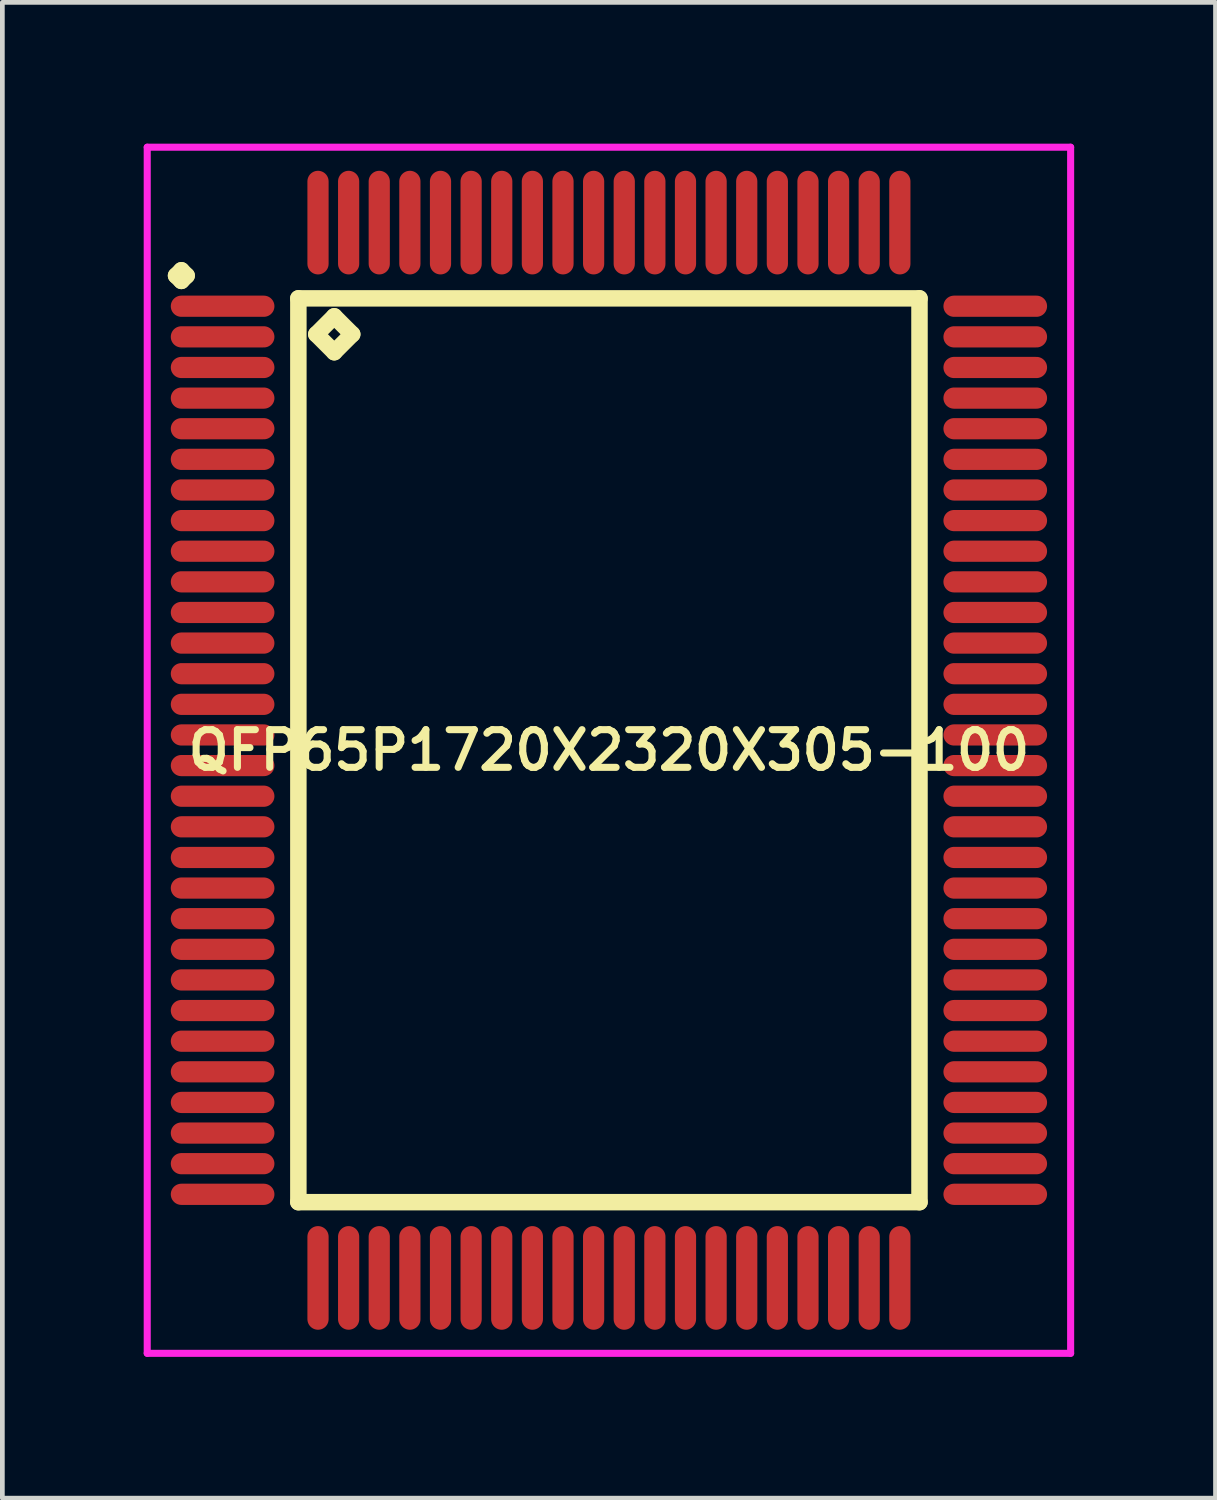
<source format=kicad_pcb>
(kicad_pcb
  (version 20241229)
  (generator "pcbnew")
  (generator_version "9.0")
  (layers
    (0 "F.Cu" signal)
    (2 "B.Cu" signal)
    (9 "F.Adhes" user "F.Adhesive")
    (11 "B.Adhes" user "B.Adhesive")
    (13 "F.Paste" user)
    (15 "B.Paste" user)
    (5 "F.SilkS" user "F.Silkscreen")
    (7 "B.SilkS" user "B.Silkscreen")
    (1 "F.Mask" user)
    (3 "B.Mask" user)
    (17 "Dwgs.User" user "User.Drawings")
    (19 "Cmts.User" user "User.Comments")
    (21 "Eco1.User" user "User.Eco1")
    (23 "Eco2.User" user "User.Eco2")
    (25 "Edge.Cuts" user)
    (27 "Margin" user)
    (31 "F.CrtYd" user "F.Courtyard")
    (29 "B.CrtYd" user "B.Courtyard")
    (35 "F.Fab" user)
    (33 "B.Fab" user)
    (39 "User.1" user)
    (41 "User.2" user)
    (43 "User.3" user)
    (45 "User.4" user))
  (footprint "QFP65P1720X2320X305-100"
    (layer "F.Cu")
    (at 9.875 12.875)
    (property "Reference" "QFP65P1720X2320X305-100" (at 0 0 0) (layer "F.SilkS") (effects (font (size 0.8 0.8) (thickness 0.15))))
    (attr smd)
    (fp_line (start -9.188 -10.075) (end -9.075 -10.188) (stroke (width 0.35) (type solid)) (layer "F.SilkS"))
    (fp_line (start -9.075 -10.188) (end -8.963 -10.075) (stroke (width 0.35) (type solid)) (layer "F.SilkS"))
    (fp_line (start -9.075 -9.963) (end -9.188 -10.075) (stroke (width 0.35) (type solid)) (layer "F.SilkS"))
    (fp_line (start -8.963 -10.075) (end -9.075 -9.963) (stroke (width 0.35) (type solid)) (layer "F.SilkS"))
    (fp_line (start -6.592 -9.592) (end -6.592 9.592) (stroke (width 0.35) (type solid)) (layer "F.SilkS"))
    (fp_line (start -6.592 9.592) (end 6.592 9.592) (stroke (width 0.35) (type solid)) (layer "F.SilkS"))
    (fp_line (start -6.211 -8.83) (end -5.83 -9.211) (stroke (width 0.35) (type solid)) (layer "F.SilkS"))
    (fp_line (start -5.83 -9.211) (end -5.449 -8.83) (stroke (width 0.35) (type solid)) (layer "F.SilkS"))
    (fp_line (start -5.83 -8.449) (end -6.211 -8.83) (stroke (width 0.35) (type solid)) (layer "F.SilkS"))
    (fp_line (start -5.449 -8.83) (end -5.83 -8.449) (stroke (width 0.35) (type solid)) (layer "F.SilkS"))
    (fp_line (start 6.592 -9.592) (end -6.592 -9.592) (stroke (width 0.35) (type solid)) (layer "F.SilkS"))
    (fp_line (start 6.592 9.592) (end 6.592 -9.592) (stroke (width 0.35) (type solid)) (layer "F.SilkS"))
    (fp_line (start -9.8 -12.8) (end 9.8 -12.8) (stroke (width 0.15) (type solid)) (layer "F.CrtYd"))
    (fp_line (start -9.8 12.8) (end -9.8 -12.8) (stroke (width 0.15) (type solid)) (layer "F.CrtYd"))
    (fp_line (start 9.8 -12.8) (end 9.8 12.8) (stroke (width 0.15) (type solid)) (layer "F.CrtYd"))
    (fp_line (start 9.8 12.8) (end -9.8 12.8) (stroke (width 0.15) (type solid)) (layer "F.CrtYd"))
    (pad "1" smd oval (at -8.2 -9.425) (size 2.2 0.45) (layers "F.Cu" "F.Mask" "F.Paste"))
    (pad "2" smd oval (at -8.2 -8.775) (size 2.2 0.45) (layers "F.Cu" "F.Mask" "F.Paste"))
    (pad "3" smd oval (at -8.2 -8.125) (size 2.2 0.45) (layers "F.Cu" "F.Mask" "F.Paste"))
    (pad "4" smd oval (at -8.2 -7.475) (size 2.2 0.45) (layers "F.Cu" "F.Mask" "F.Paste"))
    (pad "5" smd oval (at -8.2 -6.825) (size 2.2 0.45) (layers "F.Cu" "F.Mask" "F.Paste"))
    (pad "6" smd oval (at -8.2 -6.175) (size 2.2 0.45) (layers "F.Cu" "F.Mask" "F.Paste"))
    (pad "7" smd oval (at -8.2 -5.525) (size 2.2 0.45) (layers "F.Cu" "F.Mask" "F.Paste"))
    (pad "8" smd oval (at -8.2 -4.875) (size 2.2 0.45) (layers "F.Cu" "F.Mask" "F.Paste"))
    (pad "9" smd oval (at -8.2 -4.225) (size 2.2 0.45) (layers "F.Cu" "F.Mask" "F.Paste"))
    (pad "10" smd oval (at -8.2 -3.575) (size 2.2 0.45) (layers "F.Cu" "F.Mask" "F.Paste"))
    (pad "11" smd oval (at -8.2 -2.925) (size 2.2 0.45) (layers "F.Cu" "F.Mask" "F.Paste"))
    (pad "12" smd oval (at -8.2 -2.275) (size 2.2 0.45) (layers "F.Cu" "F.Mask" "F.Paste"))
    (pad "13" smd oval (at -8.2 -1.625) (size 2.2 0.45) (layers "F.Cu" "F.Mask" "F.Paste"))
    (pad "14" smd oval (at -8.2 -0.975) (size 2.2 0.45) (layers "F.Cu" "F.Mask" "F.Paste"))
    (pad "15" smd oval (at -8.2 -0.325) (size 2.2 0.45) (layers "F.Cu" "F.Mask" "F.Paste"))
    (pad "16" smd oval (at -8.2 0.325) (size 2.2 0.45) (layers "F.Cu" "F.Mask" "F.Paste"))
    (pad "17" smd oval (at -8.2 0.975) (size 2.2 0.45) (layers "F.Cu" "F.Mask" "F.Paste"))
    (pad "18" smd oval (at -8.2 1.625) (size 2.2 0.45) (layers "F.Cu" "F.Mask" "F.Paste"))
    (pad "19" smd oval (at -8.2 2.275) (size 2.2 0.45) (layers "F.Cu" "F.Mask" "F.Paste"))
    (pad "20" smd oval (at -8.2 2.925) (size 2.2 0.45) (layers "F.Cu" "F.Mask" "F.Paste"))
    (pad "21" smd oval (at -8.2 3.575) (size 2.2 0.45) (layers "F.Cu" "F.Mask" "F.Paste"))
    (pad "22" smd oval (at -8.2 4.225) (size 2.2 0.45) (layers "F.Cu" "F.Mask" "F.Paste"))
    (pad "23" smd oval (at -8.2 4.875) (size 2.2 0.45) (layers "F.Cu" "F.Mask" "F.Paste"))
    (pad "24" smd oval (at -8.2 5.525) (size 2.2 0.45) (layers "F.Cu" "F.Mask" "F.Paste"))
    (pad "25" smd oval (at -8.2 6.175) (size 2.2 0.45) (layers "F.Cu" "F.Mask" "F.Paste"))
    (pad "26" smd oval (at -8.2 6.825) (size 2.2 0.45) (layers "F.Cu" "F.Mask" "F.Paste"))
    (pad "27" smd oval (at -8.2 7.475) (size 2.2 0.45) (layers "F.Cu" "F.Mask" "F.Paste"))
    (pad "28" smd oval (at -8.2 8.125) (size 2.2 0.45) (layers "F.Cu" "F.Mask" "F.Paste"))
    (pad "29" smd oval (at -8.2 8.775) (size 2.2 0.45) (layers "F.Cu" "F.Mask" "F.Paste"))
    (pad "30" smd oval (at -8.2 9.425) (size 2.2 0.45) (layers "F.Cu" "F.Mask" "F.Paste"))
    (pad "31" smd oval (at -6.175 11.2) (size 0.45 2.2) (layers "F.Cu" "F.Mask" "F.Paste"))
    (pad "32" smd oval (at -5.525 11.2) (size 0.45 2.2) (layers "F.Cu" "F.Mask" "F.Paste"))
    (pad "33" smd oval (at -4.875 11.2) (size 0.45 2.2) (layers "F.Cu" "F.Mask" "F.Paste"))
    (pad "34" smd oval (at -4.225 11.2) (size 0.45 2.2) (layers "F.Cu" "F.Mask" "F.Paste"))
    (pad "35" smd oval (at -3.575 11.2) (size 0.45 2.2) (layers "F.Cu" "F.Mask" "F.Paste"))
    (pad "36" smd oval (at -2.925 11.2) (size 0.45 2.2) (layers "F.Cu" "F.Mask" "F.Paste"))
    (pad "37" smd oval (at -2.275 11.2) (size 0.45 2.2) (layers "F.Cu" "F.Mask" "F.Paste"))
    (pad "38" smd oval (at -1.625 11.2) (size 0.45 2.2) (layers "F.Cu" "F.Mask" "F.Paste"))
    (pad "39" smd oval (at -0.975 11.2) (size 0.45 2.2) (layers "F.Cu" "F.Mask" "F.Paste"))
    (pad "40" smd oval (at -0.325 11.2) (size 0.45 2.2) (layers "F.Cu" "F.Mask" "F.Paste"))
    (pad "41" smd oval (at 0.325 11.2) (size 0.45 2.2) (layers "F.Cu" "F.Mask" "F.Paste"))
    (pad "42" smd oval (at 0.975 11.2) (size 0.45 2.2) (layers "F.Cu" "F.Mask" "F.Paste"))
    (pad "43" smd oval (at 1.625 11.2) (size 0.45 2.2) (layers "F.Cu" "F.Mask" "F.Paste"))
    (pad "44" smd oval (at 2.275 11.2) (size 0.45 2.2) (layers "F.Cu" "F.Mask" "F.Paste"))
    (pad "45" smd oval (at 2.925 11.2) (size 0.45 2.2) (layers "F.Cu" "F.Mask" "F.Paste"))
    (pad "46" smd oval (at 3.575 11.2) (size 0.45 2.2) (layers "F.Cu" "F.Mask" "F.Paste"))
    (pad "47" smd oval (at 4.225 11.2) (size 0.45 2.2) (layers "F.Cu" "F.Mask" "F.Paste"))
    (pad "48" smd oval (at 4.875 11.2) (size 0.45 2.2) (layers "F.Cu" "F.Mask" "F.Paste"))
    (pad "49" smd oval (at 5.525 11.2) (size 0.45 2.2) (layers "F.Cu" "F.Mask" "F.Paste"))
    (pad "50" smd oval (at 6.175 11.2) (size 0.45 2.2) (layers "F.Cu" "F.Mask" "F.Paste"))
    (pad "51" smd oval (at 8.2 9.425) (size 2.2 0.45) (layers "F.Cu" "F.Mask" "F.Paste"))
    (pad "52" smd oval (at 8.2 8.775) (size 2.2 0.45) (layers "F.Cu" "F.Mask" "F.Paste"))
    (pad "53" smd oval (at 8.2 8.125) (size 2.2 0.45) (layers "F.Cu" "F.Mask" "F.Paste"))
    (pad "54" smd oval (at 8.2 7.475) (size 2.2 0.45) (layers "F.Cu" "F.Mask" "F.Paste"))
    (pad "55" smd oval (at 8.2 6.825) (size 2.2 0.45) (layers "F.Cu" "F.Mask" "F.Paste"))
    (pad "56" smd oval (at 8.2 6.175) (size 2.2 0.45) (layers "F.Cu" "F.Mask" "F.Paste"))
    (pad "57" smd oval (at 8.2 5.525) (size 2.2 0.45) (layers "F.Cu" "F.Mask" "F.Paste"))
    (pad "58" smd oval (at 8.2 4.875) (size 2.2 0.45) (layers "F.Cu" "F.Mask" "F.Paste"))
    (pad "59" smd oval (at 8.2 4.225) (size 2.2 0.45) (layers "F.Cu" "F.Mask" "F.Paste"))
    (pad "60" smd oval (at 8.2 3.575) (size 2.2 0.45) (layers "F.Cu" "F.Mask" "F.Paste"))
    (pad "61" smd oval (at 8.2 2.925) (size 2.2 0.45) (layers "F.Cu" "F.Mask" "F.Paste"))
    (pad "62" smd oval (at 8.2 2.275) (size 2.2 0.45) (layers "F.Cu" "F.Mask" "F.Paste"))
    (pad "63" smd oval (at 8.2 1.625) (size 2.2 0.45) (layers "F.Cu" "F.Mask" "F.Paste"))
    (pad "64" smd oval (at 8.2 0.975) (size 2.2 0.45) (layers "F.Cu" "F.Mask" "F.Paste"))
    (pad "65" smd oval (at 8.2 0.325) (size 2.2 0.45) (layers "F.Cu" "F.Mask" "F.Paste"))
    (pad "66" smd oval (at 8.2 -0.325) (size 2.2 0.45) (layers "F.Cu" "F.Mask" "F.Paste"))
    (pad "67" smd oval (at 8.2 -0.975) (size 2.2 0.45) (layers "F.Cu" "F.Mask" "F.Paste"))
    (pad "68" smd oval (at 8.2 -1.625) (size 2.2 0.45) (layers "F.Cu" "F.Mask" "F.Paste"))
    (pad "69" smd oval (at 8.2 -2.275) (size 2.2 0.45) (layers "F.Cu" "F.Mask" "F.Paste"))
    (pad "70" smd oval (at 8.2 -2.925) (size 2.2 0.45) (layers "F.Cu" "F.Mask" "F.Paste"))
    (pad "71" smd oval (at 8.2 -3.575) (size 2.2 0.45) (layers "F.Cu" "F.Mask" "F.Paste"))
    (pad "72" smd oval (at 8.2 -4.225) (size 2.2 0.45) (layers "F.Cu" "F.Mask" "F.Paste"))
    (pad "73" smd oval (at 8.2 -4.875) (size 2.2 0.45) (layers "F.Cu" "F.Mask" "F.Paste"))
    (pad "74" smd oval (at 8.2 -5.525) (size 2.2 0.45) (layers "F.Cu" "F.Mask" "F.Paste"))
    (pad "75" smd oval (at 8.2 -6.175) (size 2.2 0.45) (layers "F.Cu" "F.Mask" "F.Paste"))
    (pad "76" smd oval (at 8.2 -6.825) (size 2.2 0.45) (layers "F.Cu" "F.Mask" "F.Paste"))
    (pad "77" smd oval (at 8.2 -7.475) (size 2.2 0.45) (layers "F.Cu" "F.Mask" "F.Paste"))
    (pad "78" smd oval (at 8.2 -8.125) (size 2.2 0.45) (layers "F.Cu" "F.Mask" "F.Paste"))
    (pad "79" smd oval (at 8.2 -8.775) (size 2.2 0.45) (layers "F.Cu" "F.Mask" "F.Paste"))
    (pad "80" smd oval (at 8.2 -9.425) (size 2.2 0.45) (layers "F.Cu" "F.Mask" "F.Paste"))
    (pad "81" smd oval (at 6.175 -11.2) (size 0.45 2.2) (layers "F.Cu" "F.Mask" "F.Paste"))
    (pad "82" smd oval (at 5.525 -11.2) (size 0.45 2.2) (layers "F.Cu" "F.Mask" "F.Paste"))
    (pad "83" smd oval (at 4.875 -11.2) (size 0.45 2.2) (layers "F.Cu" "F.Mask" "F.Paste"))
    (pad "84" smd oval (at 4.225 -11.2) (size 0.45 2.2) (layers "F.Cu" "F.Mask" "F.Paste"))
    (pad "85" smd oval (at 3.575 -11.2) (size 0.45 2.2) (layers "F.Cu" "F.Mask" "F.Paste"))
    (pad "86" smd oval (at 2.925 -11.2) (size 0.45 2.2) (layers "F.Cu" "F.Mask" "F.Paste"))
    (pad "87" smd oval (at 2.275 -11.2) (size 0.45 2.2) (layers "F.Cu" "F.Mask" "F.Paste"))
    (pad "88" smd oval (at 1.625 -11.2) (size 0.45 2.2) (layers "F.Cu" "F.Mask" "F.Paste"))
    (pad "89" smd oval (at 0.975 -11.2) (size 0.45 2.2) (layers "F.Cu" "F.Mask" "F.Paste"))
    (pad "90" smd oval (at 0.325 -11.2) (size 0.45 2.2) (layers "F.Cu" "F.Mask" "F.Paste"))
    (pad "91" smd oval (at -0.325 -11.2) (size 0.45 2.2) (layers "F.Cu" "F.Mask" "F.Paste"))
    (pad "92" smd oval (at -0.975 -11.2) (size 0.45 2.2) (layers "F.Cu" "F.Mask" "F.Paste"))
    (pad "93" smd oval (at -1.625 -11.2) (size 0.45 2.2) (layers "F.Cu" "F.Mask" "F.Paste"))
    (pad "94" smd oval (at -2.275 -11.2) (size 0.45 2.2) (layers "F.Cu" "F.Mask" "F.Paste"))
    (pad "95" smd oval (at -2.925 -11.2) (size 0.45 2.2) (layers "F.Cu" "F.Mask" "F.Paste"))
    (pad "96" smd oval (at -3.575 -11.2) (size 0.45 2.2) (layers "F.Cu" "F.Mask" "F.Paste"))
    (pad "97" smd oval (at -4.225 -11.2) (size 0.45 2.2) (layers "F.Cu" "F.Mask" "F.Paste"))
    (pad "98" smd oval (at -4.875 -11.2) (size 0.45 2.2) (layers "F.Cu" "F.Mask" "F.Paste"))
    (pad "99" smd oval (at -5.525 -11.2) (size 0.45 2.2) (layers "F.Cu" "F.Mask" "F.Paste"))
    (pad "100" smd oval (at -6.175 -11.2) (size 0.45 2.2) (layers "F.Cu" "F.Mask" "F.Paste")))
  (gr_rect
    (start -3 -3)
    (end 22.75 28.75)
    (stroke (width 0.1) (type default))
    (fill no)
    (layer "Edge.Cuts")))
</source>
